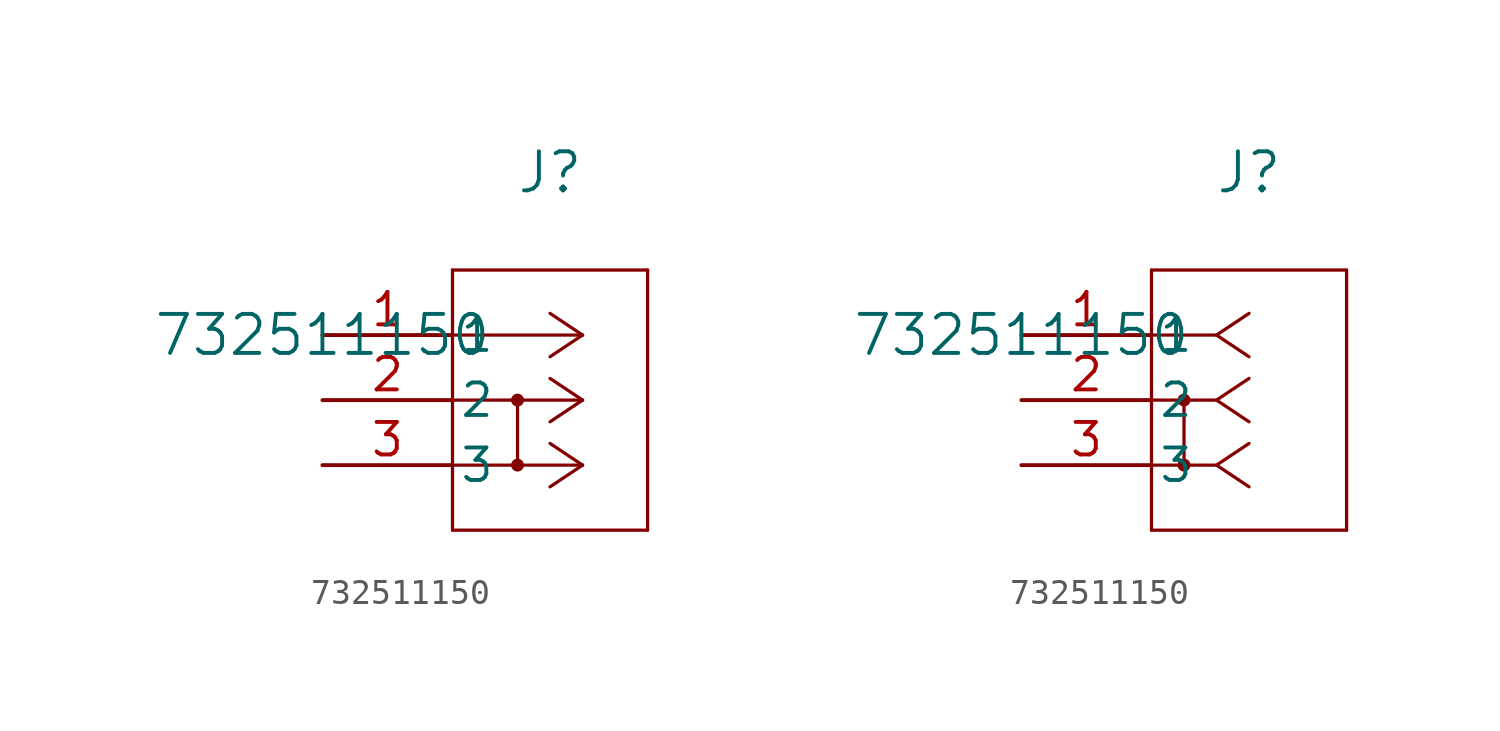
<source format=kicad_sym>
(kicad_symbol_lib
  (version 20241209)
  (generator "kicad_symbol_editor")
  (generator_version "9.0")
  (symbol "732511150"
    (pin_names
      (offset 0.254))
    (property "Reference" "J"
      (at 8.89 6.35 0)
      (effects (font (size 1.524 1.524))))
    (property "Value" "732511150"
      (at 0 0 0)
      (effects (font (size 1.524 1.524))))
    (symbol "732511150_1_1"
      (polyline (pts (xy 5.08 2.54) (xy 5.08 -7.62)) (stroke (width 0.127) (type default)) (fill (type none)))
      (polyline (pts (xy 5.08 -7.62) (xy 12.7 -7.62)) (stroke (width 0.127) (type default)) (fill (type none)))
      (polyline (pts (xy 7.62 -2.54) (xy 7.62 -5.08)) (stroke (width 0.127) (type default)) (fill (type none)))
      (circle (center 7.62 -2.54) (radius 0.127) (stroke (width 0.254) (type default)) (fill (type none)))
      (circle (center 7.62 -5.08) (radius 0.127) (stroke (width 0.254) (type default)) (fill (type none)))
      (polyline (pts (xy 10.16 0) (xy 5.08 0)) (stroke (width 0.127) (type default)) (fill (type none)))
      (polyline (pts (xy 10.16 0) (xy 8.89 0.847)) (stroke (width 0.127) (type default)) (fill (type none)))
      (polyline (pts (xy 10.16 0) (xy 8.89 -0.847)) (stroke (width 0.127) (type default)) (fill (type none)))
      (polyline (pts (xy 10.16 -2.54) (xy 5.08 -2.54)) (stroke (width 0.127) (type default)) (fill (type none)))
      (polyline (pts (xy 10.16 -2.54) (xy 8.89 -1.693)) (stroke (width 0.127) (type default)) (fill (type none)))
      (polyline (pts (xy 10.16 -2.54) (xy 8.89 -3.387)) (stroke (width 0.127) (type default)) (fill (type none)))
      (polyline (pts (xy 10.16 -5.08) (xy 5.08 -5.08)) (stroke (width 0.127) (type default)) (fill (type none)))
      (polyline (pts (xy 10.16 -5.08) (xy 8.89 -4.233)) (stroke (width 0.127) (type default)) (fill (type none)))
      (polyline (pts (xy 10.16 -5.08) (xy 8.89 -5.927)) (stroke (width 0.127) (type default)) (fill (type none)))
      (polyline (pts (xy 12.7 2.54) (xy 5.08 2.54)) (stroke (width 0.127) (type default)) (fill (type none)))
      (polyline (pts (xy 12.7 -7.62) (xy 12.7 2.54)) (stroke (width 0.127) (type default)) (fill (type none)))
      (pin unspecified line (at 0 0 0) (length 5.08) (name "1" (effects (font (size 1.27 1.27)))) (number "1" (effects (font (size 1.27 1.27)))))
      (pin unspecified line (at 0 -2.54 0) (length 5.08) (name "2" (effects (font (size 1.27 1.27)))) (number "2" (effects (font (size 1.27 1.27)))))
      (pin unspecified line (at 0 -5.08 0) (length 5.08) (name "3" (effects (font (size 1.27 1.27)))) (number "3" (effects (font (size 1.27 1.27))))))
    (symbol "732511150_1_2"
      (polyline (pts (xy 5.08 2.54) (xy 5.08 -7.62)) (stroke (width 0.127) (type default)) (fill (type none)))
      (polyline (pts (xy 5.08 -7.62) (xy 12.7 -7.62)) (stroke (width 0.127) (type default)) (fill (type none)))
      (polyline (pts (xy 6.35 -2.54) (xy 6.35 -5.08)) (stroke (width 0.127) (type default)) (fill (type none)))
      (circle (center 6.35 -2.54) (radius 0.127) (stroke (width 0.254) (type default)) (fill (type none)))
      (circle (center 6.35 -5.08) (radius 0.127) (stroke (width 0.254) (type default)) (fill (type none)))
      (polyline (pts (xy 7.62 0) (xy 5.08 0)) (stroke (width 0.127) (type default)) (fill (type none)))
      (polyline (pts (xy 7.62 0) (xy 8.89 0.847)) (stroke (width 0.127) (type default)) (fill (type none)))
      (polyline (pts (xy 7.62 0) (xy 8.89 -0.847)) (stroke (width 0.127) (type default)) (fill (type none)))
      (polyline (pts (xy 7.62 -2.54) (xy 5.08 -2.54)) (stroke (width 0.127) (type default)) (fill (type none)))
      (polyline (pts (xy 7.62 -2.54) (xy 8.89 -1.693)) (stroke (width 0.127) (type default)) (fill (type none)))
      (polyline (pts (xy 7.62 -2.54) (xy 8.89 -3.387)) (stroke (width 0.127) (type default)) (fill (type none)))
      (polyline (pts (xy 7.62 -5.08) (xy 5.08 -5.08)) (stroke (width 0.127) (type default)) (fill (type none)))
      (polyline (pts (xy 7.62 -5.08) (xy 8.89 -4.233)) (stroke (width 0.127) (type default)) (fill (type none)))
      (polyline (pts (xy 7.62 -5.08) (xy 8.89 -5.927)) (stroke (width 0.127) (type default)) (fill (type none)))
      (polyline (pts (xy 12.7 2.54) (xy 5.08 2.54)) (stroke (width 0.127) (type default)) (fill (type none)))
      (polyline (pts (xy 12.7 -7.62) (xy 12.7 2.54)) (stroke (width 0.127) (type default)) (fill (type none)))
      (pin unspecified line (at 0 0 0) (length 5.08) (name "1" (effects (font (size 1.27 1.27)))) (number "1" (effects (font (size 1.27 1.27)))))
      (pin unspecified line (at 0 -2.54 0) (length 5.08) (name "2" (effects (font (size 1.27 1.27)))) (number "2" (effects (font (size 1.27 1.27)))))
      (pin unspecified line (at 0 -5.08 0) (length 5.08) (name "3" (effects (font (size 1.27 1.27)))) (number "3" (effects (font (size 1.27 1.27))))))))
</source>
